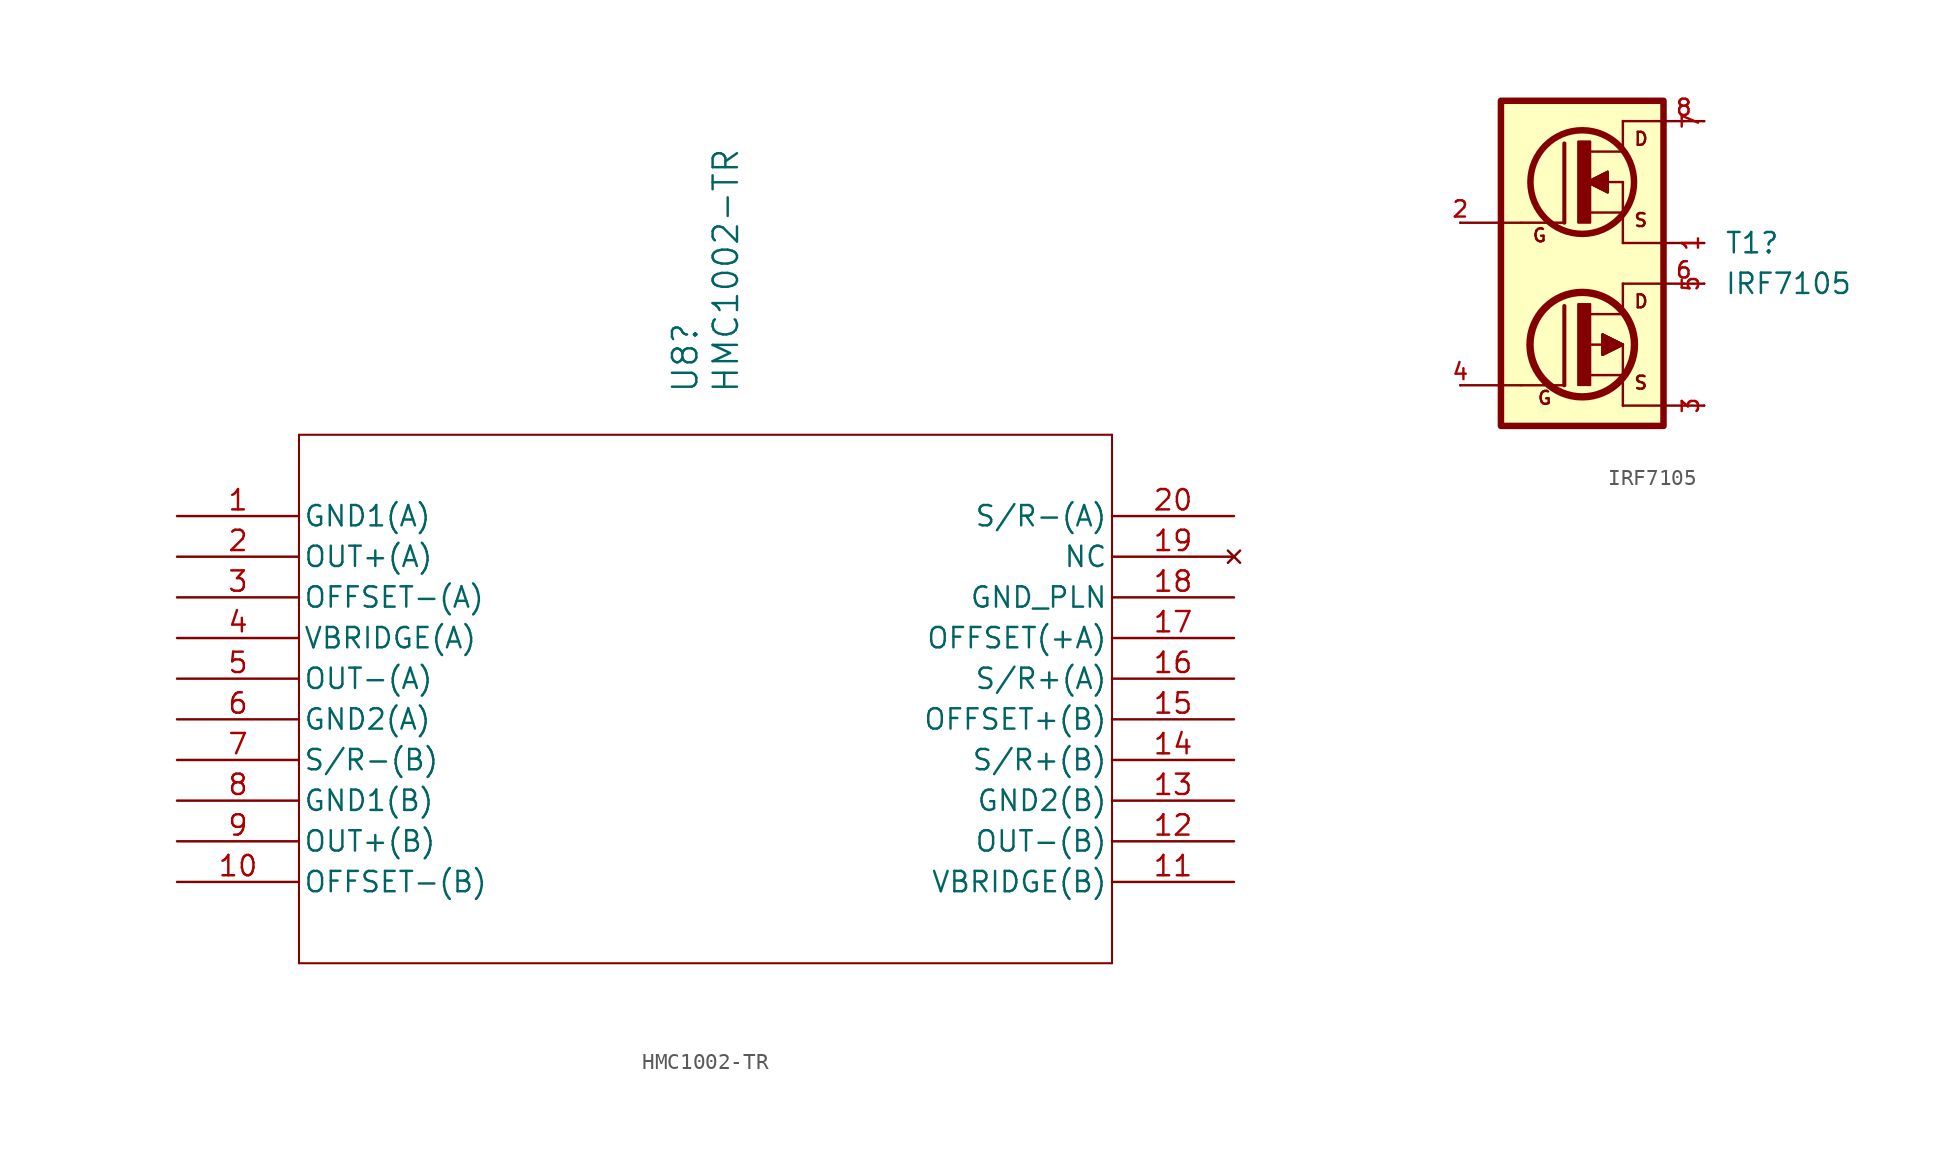
<source format=kicad_sym>
(kicad_symbol_lib
  (version 20231120)
  (generator "kicad_symbol_editor")
  (generator_version "8.0")
  (symbol "HMC1002-TR"
    (pin_names
      (offset 0.254))
    (property "Reference" "U8"
      (at 31.75 7.62 90)
      (effects (font (size 1.524 1.524)) (justify left)))
    (property "Value" "HMC1002-TR"
      (at 34.29 7.62 90)
      (effects (font (size 1.524 1.524)) (justify left)))
    (symbol "HMC1002-TR_0_1"
      (polyline (pts (xy 7.62 -27.94) (xy 58.42 -27.94)) (stroke (width 0.127) (type default)) (fill (type none)))
      (polyline (pts (xy 7.62 5.08) (xy 7.62 -27.94)) (stroke (width 0.127) (type default)) (fill (type none)))
      (polyline (pts (xy 58.42 -27.94) (xy 58.42 5.08)) (stroke (width 0.127) (type default)) (fill (type none)))
      (polyline (pts (xy 58.42 5.08) (xy 7.62 5.08)) (stroke (width 0.127) (type default)) (fill (type none)))
      (pin power_out line (at 0 0 0) (length 7.62) (name "GND1(A)" (effects (font (size 1.27 1.27)))) (number "1" (effects (font (size 1.27 1.27)))))
      (pin bidirectional line (at 0 -22.86 0) (length 7.62) (name "OFFSET-(B)" (effects (font (size 1.27 1.27)))) (number "10" (effects (font (size 1.27 1.27)))))
      (pin unspecified line (at 66.04 -22.86 180) (length 7.62) (name "VBRIDGE(B)" (effects (font (size 1.27 1.27)))) (number "11" (effects (font (size 1.27 1.27)))))
      (pin output line (at 66.04 -20.32 180) (length 7.62) (name "OUT-(B)" (effects (font (size 1.27 1.27)))) (number "12" (effects (font (size 1.27 1.27)))))
      (pin power_out line (at 66.04 -17.78 180) (length 7.62) (name "GND2(B)" (effects (font (size 1.27 1.27)))) (number "13" (effects (font (size 1.27 1.27)))))
      (pin unspecified line (at 66.04 -15.24 180) (length 7.62) (name "S/R+(B)" (effects (font (size 1.27 1.27)))) (number "14" (effects (font (size 1.27 1.27)))))
      (pin unspecified line (at 66.04 -12.7 180) (length 7.62) (name "OFFSET+(B)" (effects (font (size 1.27 1.27)))) (number "15" (effects (font (size 1.27 1.27)))))
      (pin unspecified line (at 66.04 -10.16 180) (length 7.62) (name "S/R+(A)" (effects (font (size 1.27 1.27)))) (number "16" (effects (font (size 1.27 1.27)))))
      (pin unspecified line (at 66.04 -7.62 180) (length 7.62) (name "OFFSET(+A)" (effects (font (size 1.27 1.27)))) (number "17" (effects (font (size 1.27 1.27)))))
      (pin power_out line (at 66.04 -5.08 180) (length 7.62) (name "GND_PLN" (effects (font (size 1.27 1.27)))) (number "18" (effects (font (size 1.27 1.27)))))
      (pin no_connect line (at 66.04 -2.54 180) (length 7.62) (name "NC" (effects (font (size 1.27 1.27)))) (number "19" (effects (font (size 1.27 1.27)))))
      (pin output line (at 0 -2.54 0) (length 7.62) (name "OUT+(A)" (effects (font (size 1.27 1.27)))) (number "2" (effects (font (size 1.27 1.27)))))
      (pin bidirectional line (at 66.04 0 180) (length 7.62) (name "S/R-(A)" (effects (font (size 1.27 1.27)))) (number "20" (effects (font (size 1.27 1.27)))))
      (pin bidirectional line (at 0 -5.08 0) (length 7.62) (name "OFFSET-(A)" (effects (font (size 1.27 1.27)))) (number "3" (effects (font (size 1.27 1.27)))))
      (pin unspecified line (at 0 -7.62 0) (length 7.62) (name "VBRIDGE(A)" (effects (font (size 1.27 1.27)))) (number "4" (effects (font (size 1.27 1.27)))))
      (pin output line (at 0 -10.16 0) (length 7.62) (name "OUT-(A)" (effects (font (size 1.27 1.27)))) (number "5" (effects (font (size 1.27 1.27)))))
      (pin power_out line (at 0 -12.7 0) (length 7.62) (name "GND2(A)" (effects (font (size 1.27 1.27)))) (number "6" (effects (font (size 1.27 1.27)))))
      (pin bidirectional line (at 0 -15.24 0) (length 7.62) (name "S/R-(B)" (effects (font (size 1.27 1.27)))) (number "7" (effects (font (size 1.27 1.27)))))
      (pin power_out line (at 0 -17.78 0) (length 7.62) (name "GND1(B)" (effects (font (size 1.27 1.27)))) (number "8" (effects (font (size 1.27 1.27)))))
      (pin output line (at 0 -20.32 0) (length 7.62) (name "OUT+(B)" (effects (font (size 1.27 1.27)))) (number "9" (effects (font (size 1.27 1.27)))))))
  (symbol "IRF7105"
    (pin_names
      (offset 1.016))
    (property "Reference" "T1"
      (at 8.89 1.27 0)
      (effects (font (size 1.27 1.27)) (justify left)))
    (property "Value" "IRF7105"
      (at 8.89 -1.27 0)
      (effects (font (size 1.27 1.27)) (justify left)))
    (symbol "IRF7105_0_0"
      (rectangle (start -5.08 -10.16) (end 5.08 10.16) (stroke (width 0.406) (type default)) (fill (type background)))
      (rectangle (start -0.254 -7.62) (end 0.508 -2.54) (stroke (width 0.1) (type default)) (fill (type outline)))
      (rectangle (start -0.254 -7.62) (end 0.508 -2.54) (stroke (width 0.1) (type default)) (fill (type outline)))
      (rectangle (start -0.254 2.54) (end 0.508 7.62) (stroke (width 0.1) (type default)) (fill (type outline)))
      (rectangle (start -0.254 2.54) (end 0.508 7.62) (stroke (width 0.1) (type default)) (fill (type outline)))
      (circle (center 0 -5.08) (radius 3.238) (stroke (width 0.406) (type default)) (fill (type none)))
      (circle (center 0 -5.08) (radius 3.42) (stroke (width 0.152) (type default)) (fill (type none)))
      (polyline (pts (xy -3.81 -7.62) (xy -7.62 -7.62)) (stroke (width 0.15) (type default)) (fill (type none)))
      (polyline (pts (xy -3.81 2.54) (xy -7.62 2.54)) (stroke (width 0.15) (type default)) (fill (type none)))
      (polyline (pts (xy -1.118 -7.62) (xy -3.81 -7.62)) (stroke (width 0.152) (type default)) (fill (type none)))
      (polyline (pts (xy -1.118 -2.667) (xy -1.118 -7.62)) (stroke (width 0.254) (type default)) (fill (type none)))
      (polyline (pts (xy -1.118 2.54) (xy -3.81 2.54)) (stroke (width 0.152) (type default)) (fill (type none)))
      (polyline (pts (xy -1.118 7.493) (xy -1.118 2.54)) (stroke (width 0.254) (type default)) (fill (type none)))
      (polyline (pts (xy 0.318 5.08) (xy 1.587 4.445)) (stroke (width 0.152) (type default)) (fill (type none)))
      (polyline (pts (xy 0.508 -6.985) (xy 2.413 -6.985)) (stroke (width 0.152) (type default)) (fill (type none)))
      (polyline (pts (xy 0.508 -5.08) (xy 2.54 -5.08)) (stroke (width 0.152) (type default)) (fill (type none)))
      (polyline (pts (xy 0.508 3.175) (xy 2.413 3.175)) (stroke (width 0.152) (type default)) (fill (type none)))
      (polyline (pts (xy 0.508 5.08) (xy 2.54 5.08)) (stroke (width 0.152) (type default)) (fill (type none)))
      (polyline (pts (xy 1.27 -5.715) (xy 1.27 -4.445)) (stroke (width 0.152) (type default)) (fill (type none)))
      (polyline (pts (xy 1.27 -4.445) (xy 2.54 -5.08)) (stroke (width 0.152) (type default)) (fill (type none)))
      (polyline (pts (xy 1.587 4.445) (xy 1.587 5.715)) (stroke (width 0.152) (type default)) (fill (type none)))
      (polyline (pts (xy 1.587 5.715) (xy 0.318 5.08)) (stroke (width 0.152) (type default)) (fill (type none)))
      (polyline (pts (xy 2.54 -8.89) (xy 7.62 -8.89)) (stroke (width 0.152) (type default)) (fill (type none)))
      (polyline (pts (xy 2.54 -5.08) (xy 1.27 -5.715)) (stroke (width 0.152) (type default)) (fill (type none)))
      (polyline (pts (xy 2.54 -5.08) (xy 2.54 -8.89)) (stroke (width 0.152) (type default)) (fill (type none)))
      (polyline (pts (xy 2.54 -3.175) (xy 0.533 -3.175)) (stroke (width 0.152) (type default)) (fill (type none)))
      (polyline (pts (xy 2.54 -1.27) (xy 2.54 -3.175)) (stroke (width 0.152) (type default)) (fill (type none)))
      (polyline (pts (xy 2.54 -1.27) (xy 7.62 -1.27)) (stroke (width 0.15) (type default)) (fill (type none)))
      (polyline (pts (xy 2.54 1.27) (xy 7.62 1.27)) (stroke (width 0.15) (type default)) (fill (type none)))
      (polyline (pts (xy 2.54 5.08) (xy 2.54 1.27)) (stroke (width 0.152) (type default)) (fill (type none)))
      (polyline (pts (xy 2.54 6.985) (xy 0.533 6.985)) (stroke (width 0.152) (type default)) (fill (type none)))
      (polyline (pts (xy 2.54 8.89) (xy 2.54 6.985)) (stroke (width 0.152) (type default)) (fill (type none)))
      (polyline (pts (xy 2.54 8.89) (xy 7.62 8.89)) (stroke (width 0.15) (type default)) (fill (type none)))
      (polyline (pts (xy 1.587 4.445) (xy 1.587 5.715) (xy 0.318 5.08) (xy 1.587 4.445)) (stroke (width 0.152) (type default)) (fill (type outline)))
      (polyline (pts (xy 1.587 4.445) (xy 1.587 5.715) (xy 0.318 5.08) (xy 1.587 4.445)) (stroke (width 0.152) (type default)) (fill (type outline)))
      (polyline (pts (xy 2.54 -5.08) (xy 1.27 -5.715) (xy 1.27 -4.445) (xy 2.54 -5.08)) (stroke (width 0.152) (type default)) (fill (type outline)))
      (polyline (pts (xy 2.54 -5.08) (xy 1.27 -5.715) (xy 1.27 -4.445) (xy 2.54 -5.08)) (stroke (width 0.152) (type default)) (fill (type outline)))
      (circle (center 0 5.08) (radius 3.238) (stroke (width 0.152) (type default)) (fill (type none)))
      (circle (center 0 5.08) (radius 3.238) (stroke (width 0.406) (type default)) (fill (type none)))
      (text "D" (at 3.175 -2.857 0) (effects (font (size 0.813 0.813)) (justify left bottom)))
      (text "D" (at 3.175 7.303 0) (effects (font (size 0.813 0.813)) (justify left bottom)))
      (text "G" (at -3.175 1.27 0) (effects (font (size 0.813 0.813)) (justify left bottom)))
      (text "G" (at -2.857 -8.89 0) (effects (font (size 0.813 0.813)) (justify left bottom)))
      (text "S" (at 3.175 -7.938 0) (effects (font (size 0.813 0.813)) (justify left bottom)))
      (text "S" (at 3.175 2.223 0) (effects (font (size 0.813 0.813)) (justify left bottom)))
      (pin passive line (at 7.62 1.27 90) (length 0) (name "~" (effects (font (size 1.016 1.016)))) (number "1" (effects (font (size 1.016 1.016)))))
      (pin passive line (at -7.62 2.54 0) (length 0) (name "~" (effects (font (size 1.016 1.016)))) (number "2" (effects (font (size 1.016 1.016)))))
      (pin passive line (at 7.62 -8.89 90) (length 0) (name "~" (effects (font (size 1.016 1.016)))) (number "3" (effects (font (size 1.016 1.016)))))
      (pin passive line (at -7.62 -7.62 0) (length 0) (name "~" (effects (font (size 1.016 1.016)))) (number "4" (effects (font (size 1.016 1.016)))))
      (pin passive line (at 7.62 -1.27 270) (length 0) (name "~" (effects (font (size 1.016 1.016)))) (number "5" (effects (font (size 1.016 1.016)))))
      (pin bidirectional line (at 6.35 -1.27 0) (length 0) (name "~" (effects (font (size 1.016 1.016)))) (number "6" (effects (font (size 1.016 1.016)))))
      (pin passive line (at 7.62 8.89 270) (length 0) (name "~" (effects (font (size 1.016 1.016)))) (number "7" (effects (font (size 1.016 1.016)))))
      (pin bidirectional line (at 6.35 8.89 0) (length 0) (name "~" (effects (font (size 1.016 1.016)))) (number "8" (effects (font (size 1.016 1.016))))))))
</source>
